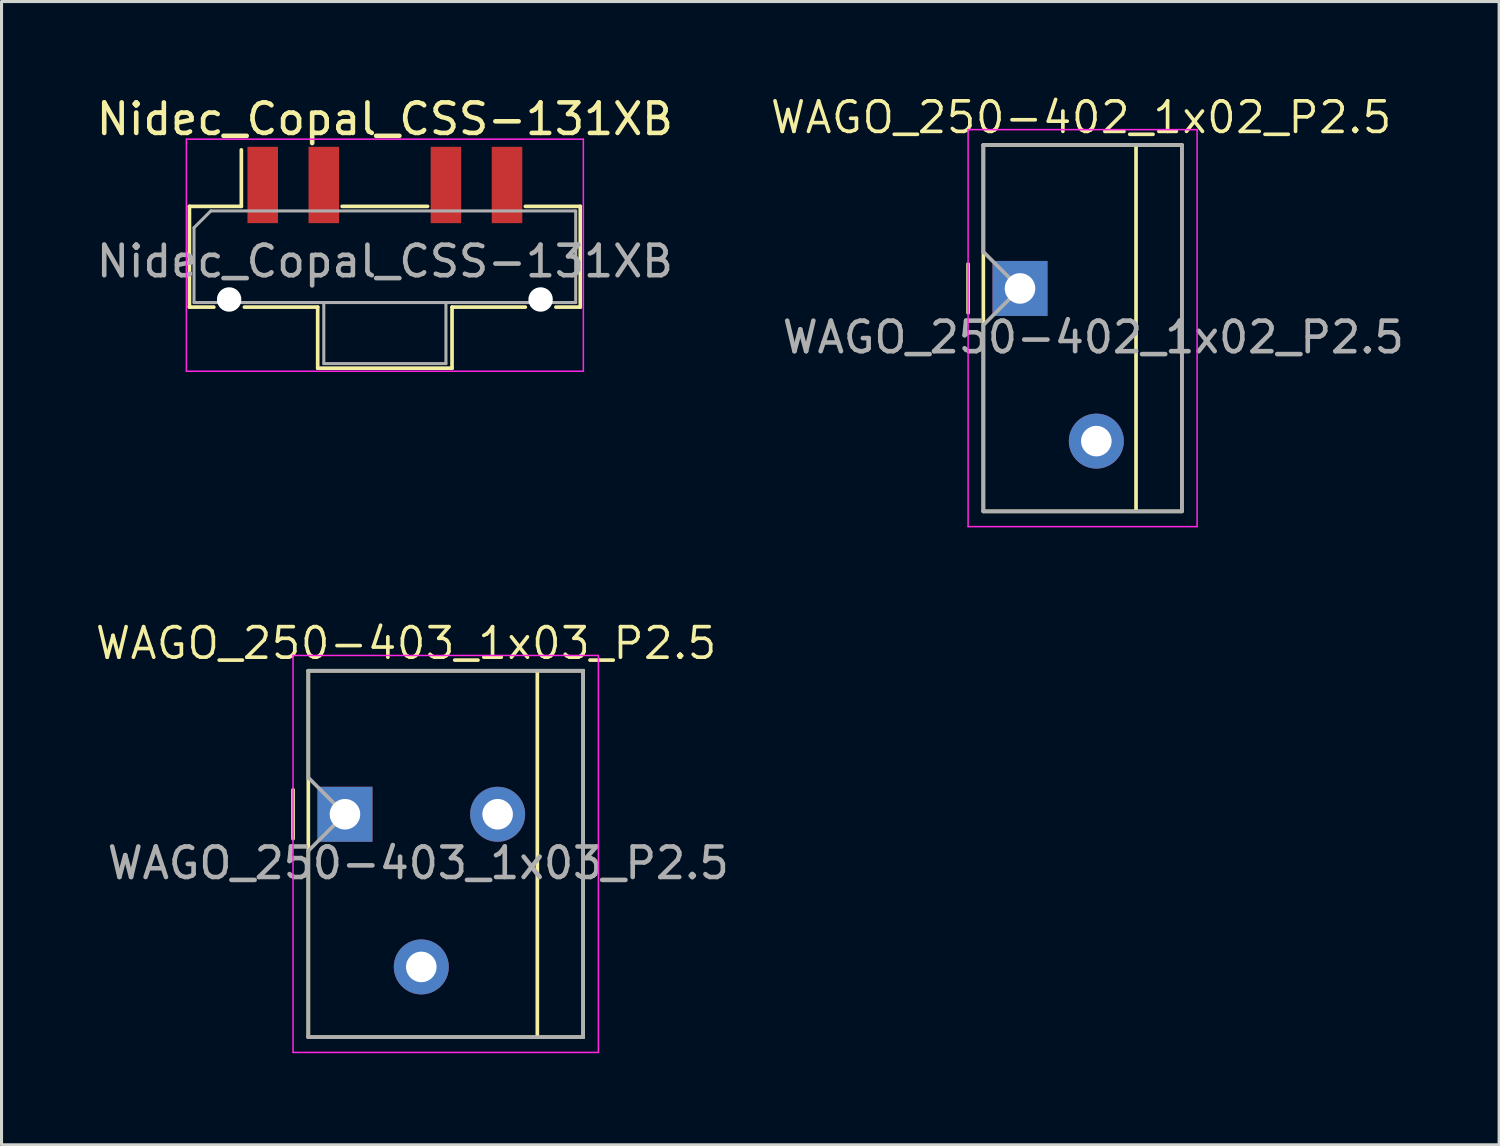
<source format=kicad_pcb>
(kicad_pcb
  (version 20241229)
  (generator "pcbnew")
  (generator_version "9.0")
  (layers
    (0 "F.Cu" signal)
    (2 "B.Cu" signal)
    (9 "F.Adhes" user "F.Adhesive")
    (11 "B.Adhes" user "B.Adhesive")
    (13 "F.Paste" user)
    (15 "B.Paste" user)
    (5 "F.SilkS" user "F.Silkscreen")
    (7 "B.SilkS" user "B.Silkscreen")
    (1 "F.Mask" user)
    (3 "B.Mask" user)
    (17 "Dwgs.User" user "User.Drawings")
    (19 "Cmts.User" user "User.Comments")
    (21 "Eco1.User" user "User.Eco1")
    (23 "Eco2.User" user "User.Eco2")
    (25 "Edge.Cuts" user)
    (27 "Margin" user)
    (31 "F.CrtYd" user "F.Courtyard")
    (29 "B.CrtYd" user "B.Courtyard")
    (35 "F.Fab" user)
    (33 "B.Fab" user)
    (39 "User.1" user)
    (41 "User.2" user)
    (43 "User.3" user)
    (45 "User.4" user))
  (footprint "WAGO_250-403_1x03_P2.5"
    (layer "F.Cu")
    (at 8.247 23.616)
    (property "Reference" "WAGO_250-403_1x03_P2.5" (at 2 -5.6 0) (layer "F.SilkS") (effects (font (size 1 1) (thickness 0.12))))
    (attr through_hole)
    (fp_line (start -1.7 -0.8) (end -1.7 0.8) (stroke (width 0.12) (type solid)) (layer "F.SilkS"))
    (fp_line (start -1.2 -4.7) (end 7.8 -4.7) (stroke (width 0.12) (type solid)) (layer "F.SilkS"))
    (fp_line (start -1.2 7.3) (end -1.2 -4.7) (stroke (width 0.12) (type solid)) (layer "F.SilkS"))
    (fp_line (start 6.3 -4.7) (end 6.3 7.3) (stroke (width 0.12) (type solid)) (layer "F.SilkS"))
    (fp_line (start 7.8 -4.7) (end 7.8 7.3) (stroke (width 0.12) (type solid)) (layer "F.SilkS"))
    (fp_line (start 7.8 7.3) (end -1.2 7.3) (stroke (width 0.12) (type solid)) (layer "F.SilkS"))
    (fp_line (start -1.7 -5.2) (end -1.7 7.8) (stroke (width 0.05) (type solid)) (layer "F.CrtYd"))
    (fp_line (start -1.7 -5.2) (end 8.3 -5.2) (stroke (width 0.05) (type solid)) (layer "F.CrtYd"))
    (fp_line (start 8.3 -5.2) (end 8.3 7.8) (stroke (width 0.05) (type solid)) (layer "F.CrtYd"))
    (fp_line (start 8.3 7.8) (end -1.7 7.8) (stroke (width 0.05) (type solid)) (layer "F.CrtYd"))
    (fp_line (start -1.2 -4.7) (end -1.2 -1.2) (stroke (width 0.12) (type solid)) (layer "F.Fab"))
    (fp_line (start -1.2 -4.7) (end 7.8 -4.7) (stroke (width 0.12) (type solid)) (layer "F.Fab"))
    (fp_line (start -1.2 1.2) (end -1.2 7.3) (stroke (width 0.12) (type solid)) (layer "F.Fab"))
    (fp_line (start 0 0) (end -1.2 -1.2) (stroke (width 0.12) (type solid)) (layer "F.Fab"))
    (fp_line (start 0 0) (end -1.2 1.2) (stroke (width 0.12) (type solid)) (layer "F.Fab"))
    (fp_line (start 7.8 -4.7) (end 7.8 7.3) (stroke (width 0.12) (type solid)) (layer "F.Fab"))
    (fp_line (start 7.8 7.3) (end -1.2 7.3) (stroke (width 0.12) (type solid)) (layer "F.Fab"))
    (fp_text user "${REFERENCE}" (at 2.4 1.6 0) (layer "F.Fab") (effects (font (size 1 1) (thickness 0.15))))
    (pad "1" thru_hole rect (at 0 0) (size 1.8 1.8) (drill 1) (layers "*.Cu" "*.Mask"))
    (pad "2" thru_hole circle (at 2.5 5) (size 1.8 1.8) (drill 1) (layers "*.Cu" "*.Mask"))
    (pad "3" thru_hole circle (at 5 0) (size 1.8 1.8) (drill 1) (layers "*.Cu" "*.Mask")))
  (footprint "WAGO_250-402_1x02_P2.5"
    (layer "F.Cu")
    (at 30.354 6.396)
    (property "Reference" "WAGO_250-402_1x02_P2.5" (at 2 -5.6 0) (layer "F.SilkS") (effects (font (size 1 1) (thickness 0.12))))
    (attr through_hole)
    (fp_line (start -1.7 -0.8) (end -1.7 0.8) (stroke (width 0.12) (type solid)) (layer "F.SilkS"))
    (fp_line (start -1.2 -4.7) (end 5.3 -4.7) (stroke (width 0.12) (type solid)) (layer "F.SilkS"))
    (fp_line (start -1.2 7.3) (end -1.2 -4.7) (stroke (width 0.12) (type solid)) (layer "F.SilkS"))
    (fp_line (start 3.8 -4.7) (end 3.8 7.3) (stroke (width 0.12) (type solid)) (layer "F.SilkS"))
    (fp_line (start 5.3 -4.7) (end 5.3 7.3) (stroke (width 0.12) (type solid)) (layer "F.SilkS"))
    (fp_line (start 5.3 7.3) (end -1.2 7.3) (stroke (width 0.12) (type solid)) (layer "F.SilkS"))
    (fp_line (start -1.7 -5.2) (end -1.7 7.8) (stroke (width 0.05) (type solid)) (layer "F.CrtYd"))
    (fp_line (start -1.7 -5.2) (end 5.8 -5.2) (stroke (width 0.05) (type solid)) (layer "F.CrtYd"))
    (fp_line (start 5.8 -5.2) (end 5.8 7.8) (stroke (width 0.05) (type solid)) (layer "F.CrtYd"))
    (fp_line (start 5.8 7.8) (end -1.7 7.8) (stroke (width 0.05) (type solid)) (layer "F.CrtYd"))
    (fp_line (start -1.2 -4.7) (end -1.2 -1.2) (stroke (width 0.12) (type solid)) (layer "F.Fab"))
    (fp_line (start -1.2 -4.7) (end 5.3 -4.7) (stroke (width 0.12) (type solid)) (layer "F.Fab"))
    (fp_line (start -1.2 1.2) (end -1.2 7.3) (stroke (width 0.12) (type solid)) (layer "F.Fab"))
    (fp_line (start 0 0) (end -1.2 -1.2) (stroke (width 0.12) (type solid)) (layer "F.Fab"))
    (fp_line (start 0 0) (end -1.2 1.2) (stroke (width 0.12) (type solid)) (layer "F.Fab"))
    (fp_line (start 5.3 -4.7) (end 5.3 7.3) (stroke (width 0.12) (type solid)) (layer "F.Fab"))
    (fp_line (start 5.3 7.3) (end -1.2 7.3) (stroke (width 0.12) (type solid)) (layer "F.Fab"))
    (fp_text user "${REFERENCE}" (at 2.4 1.6 0) (layer "F.Fab") (effects (font (size 1 1) (thickness 0.15))))
    (pad "1" thru_hole rect (at 0 0) (size 1.8 1.8) (drill 1) (layers "*.Cu" "*.Mask"))
    (pad "2" thru_hole circle (at 2.5 5) (size 1.8 1.8) (drill 1) (layers "*.Cu" "*.Mask")))
  (footprint "Nidec_Copal_CSS-131XB"
    (layer "F.Cu")
    (at 9.554 4.458)
    (property "Reference" "Nidec_Copal_CSS-131XB" (at 0 -3.61 0) (layer "F.SilkS") (effects (font (size 1 1) (thickness 0.15))))
    (attr smd)
    (fp_line (start -6.4 -0.75) (end -6.4 2.55) (stroke (width 0.12) (type solid)) (layer "F.SilkS"))
    (fp_line (start -6.4 2.55) (end -5.6 2.55) (stroke (width 0.12) (type solid)) (layer "F.SilkS"))
    (fp_line (start -4.7 -0.75) (end -6.4 -0.75) (stroke (width 0.12) (type solid)) (layer "F.SilkS"))
    (fp_line (start -4.7 -0.75) (end -4.7 -2.6) (stroke (width 0.12) (type solid)) (layer "F.SilkS"))
    (fp_line (start -4.6 2.55) (end -2.2 2.55) (stroke (width 0.12) (type solid)) (layer "F.SilkS"))
    (fp_line (start -2.2 2.55) (end -2.2 4.55) (stroke (width 0.12) (type solid)) (layer "F.SilkS"))
    (fp_line (start -2.2 4.55) (end 2.2 4.55) (stroke (width 0.12) (type solid)) (layer "F.SilkS"))
    (fp_line (start -1.4 -0.75) (end 1.4 -0.75) (stroke (width 0.12) (type solid)) (layer "F.SilkS"))
    (fp_line (start 2.2 2.55) (end 4.6 2.55) (stroke (width 0.12) (type solid)) (layer "F.SilkS"))
    (fp_line (start 2.2 4.55) (end 2.2 2.55) (stroke (width 0.12) (type solid)) (layer "F.SilkS"))
    (fp_line (start 5.6 2.55) (end 6.4 2.55) (stroke (width 0.12) (type solid)) (layer "F.SilkS"))
    (fp_line (start 6.4 -0.75) (end 4.6 -0.75) (stroke (width 0.12) (type solid)) (layer "F.SilkS"))
    (fp_line (start 6.4 2.55) (end 6.4 -0.75) (stroke (width 0.12) (type solid)) (layer "F.SilkS"))
    (fp_line (start -6.5 -2.95) (end -6.5 4.65) (stroke (width 0.05) (type solid)) (layer "F.CrtYd"))
    (fp_line (start -6.5 -2.95) (end 6.5 -2.95) (stroke (width 0.05) (type solid)) (layer "F.CrtYd"))
    (fp_line (start 6.5 4.65) (end -6.5 4.65) (stroke (width 0.05) (type solid)) (layer "F.CrtYd"))
    (fp_line (start 6.5 4.65) (end 6.5 -2.95) (stroke (width 0.05) (type solid)) (layer "F.CrtYd"))
    (fp_line (start -6.25 2.4) (end -6.25 -0.05) (stroke (width 0.1) (type solid)) (layer "F.Fab"))
    (fp_line (start -6.25 2.4) (end 6.25 2.4) (stroke (width 0.1) (type solid)) (layer "F.Fab"))
    (fp_line (start -5.7 -0.6) (end -6.25 -0.05) (stroke (width 0.1) (type solid)) (layer "F.Fab"))
    (fp_line (start -2 4.4) (end -2 2.4) (stroke (width 0.1) (type solid)) (layer "F.Fab"))
    (fp_line (start -2 4.4) (end 2 4.4) (stroke (width 0.1) (type solid)) (layer "F.Fab"))
    (fp_line (start 2 4.4) (end 2 2.4) (stroke (width 0.1) (type solid)) (layer "F.Fab"))
    (fp_line (start 6.25 -0.6) (end -5.7 -0.6) (stroke (width 0.1) (type solid)) (layer "F.Fab"))
    (fp_line (start 6.25 2.4) (end 6.25 -0.6) (stroke (width 0.1) (type solid)) (layer "F.Fab"))
    (fp_text user "${REFERENCE}" (at 0 1.05 0) (layer "F.Fab") (effects (font (size 1 1) (thickness 0.15))))
    (pad "" np_thru_hole circle (at -5.1 2.3) (size 0.8 0.8) (drill 0.8) (layers "*.Cu" "*.Mask"))
    (pad "" np_thru_hole circle (at 5.1 2.3) (size 0.8 0.8) (drill 0.8) (layers "*.Cu" "*.Mask"))
    (pad "1" smd rect (at -4 -1.45) (size 1 2.5) (layers "F.Cu" "F.Mask" "F.Paste"))
    (pad "2" smd rect (at -2 -1.45) (size 1 2.5) (layers "F.Cu" "F.Mask" "F.Paste"))
    (pad "3" smd rect (at 2 -1.45) (size 1 2.5) (layers "F.Cu" "F.Mask" "F.Paste"))
    (pad "4" smd rect (at 4 -1.45) (size 1 2.5) (layers "F.Cu" "F.Mask" "F.Paste")))
  (gr_rect
    (start -3 -3)
    (end 46.045 34.441)
    (stroke (width 0.1) (type default))
    (fill no)
    (layer "Edge.Cuts")))
</source>
